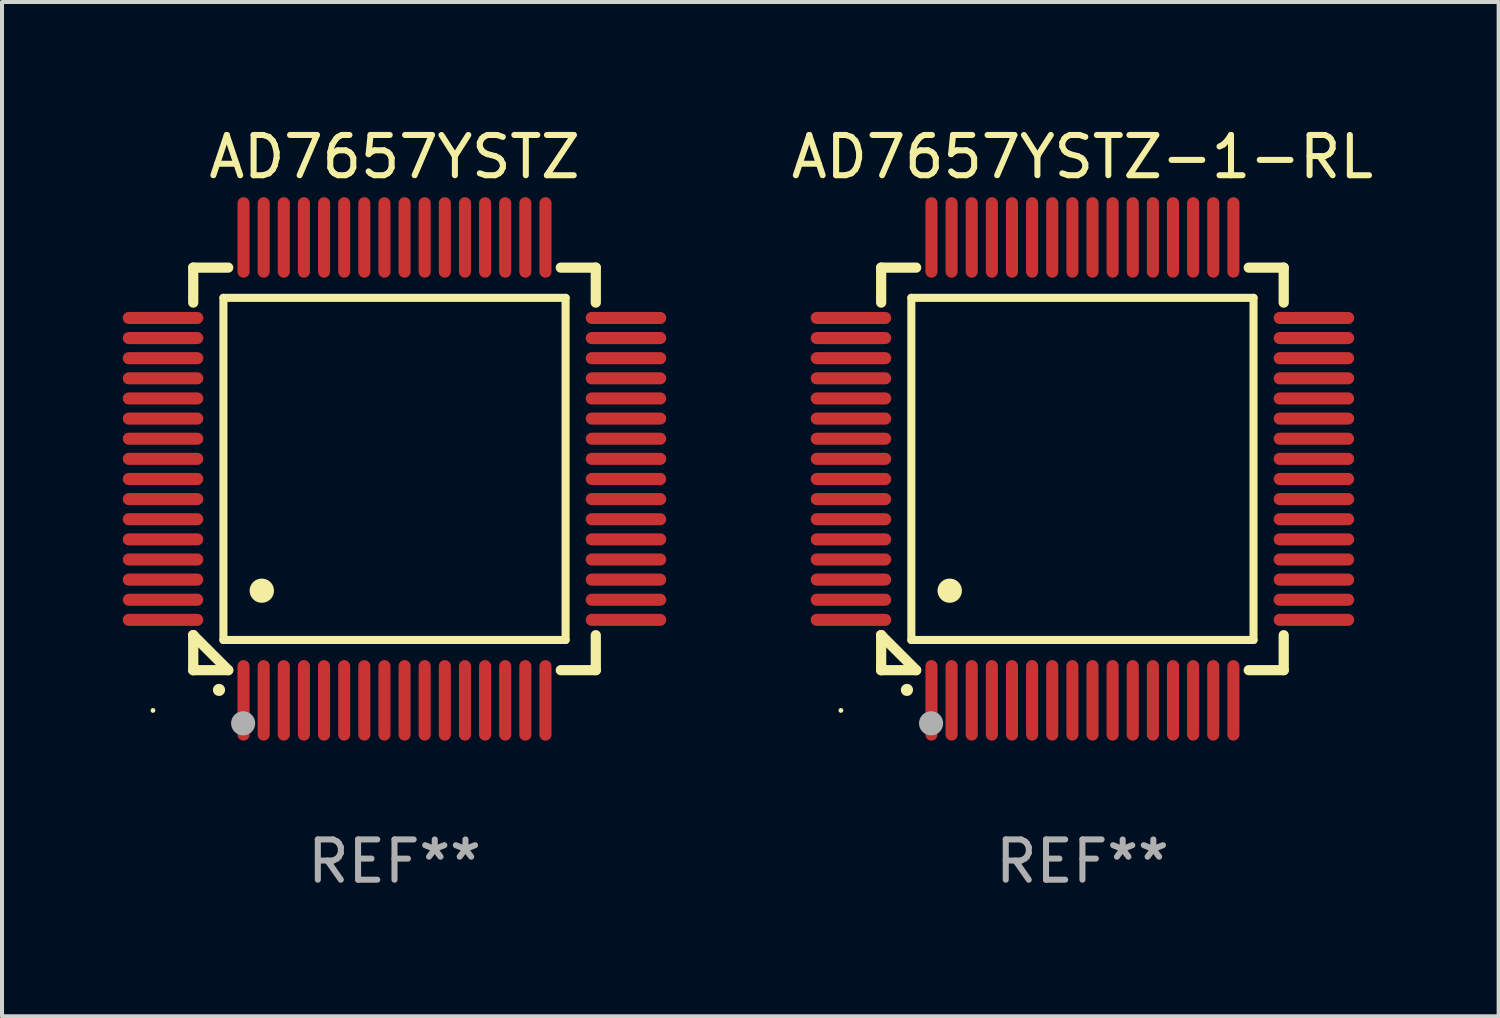
<source format=kicad_pcb>
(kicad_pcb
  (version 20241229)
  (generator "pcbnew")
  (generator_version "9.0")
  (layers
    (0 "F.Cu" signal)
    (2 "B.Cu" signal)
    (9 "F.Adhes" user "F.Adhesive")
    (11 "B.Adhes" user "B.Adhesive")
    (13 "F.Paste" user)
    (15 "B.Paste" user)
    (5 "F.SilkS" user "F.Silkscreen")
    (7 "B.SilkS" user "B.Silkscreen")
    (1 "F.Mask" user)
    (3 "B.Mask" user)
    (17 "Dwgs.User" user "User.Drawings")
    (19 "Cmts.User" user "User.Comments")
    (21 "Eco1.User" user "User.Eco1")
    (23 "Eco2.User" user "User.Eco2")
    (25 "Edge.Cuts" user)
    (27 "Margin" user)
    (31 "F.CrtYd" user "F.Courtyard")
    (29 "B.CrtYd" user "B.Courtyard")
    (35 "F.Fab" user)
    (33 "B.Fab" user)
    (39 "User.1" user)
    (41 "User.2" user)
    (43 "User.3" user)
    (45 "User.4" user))
  (footprint "AD7657YSTZ"
    (layer "F.Cu")
    (at 6.75 8.598)
    (property "Reference" "AD7657YSTZ" (at 0 -7.75 0) (layer "F.SilkS") (effects (font (size 1 1) (thickness 0.15))))
    (attr through_hole)
    (fp_line (start -5 -5) (end -4.131 -5) (stroke (width 0.254) (type solid)) (layer "F.SilkS"))
    (fp_line (start -5 -4.131) (end -5 -5) (stroke (width 0.254) (type solid)) (layer "F.SilkS"))
    (fp_line (start -5 4.131) (end -5 4.131) (stroke (width 0.254) (type solid)) (layer "F.SilkS"))
    (fp_line (start -5 5) (end -5 4.131) (stroke (width 0.254) (type solid)) (layer "F.SilkS"))
    (fp_line (start -5 4.131) (end -4.131 5) (stroke (width 0.254) (type solid)) (layer "F.SilkS"))
    (fp_line (start -4.25 -4.25) (end -4.25 4.25) (stroke (width 0.2) (type solid)) (layer "F.SilkS"))
    (fp_line (start -4.25 4.25) (end 4.25 4.25) (stroke (width 0.2) (type solid)) (layer "F.SilkS"))
    (fp_line (start -4.131 5) (end -5 5) (stroke (width 0.254) (type solid)) (layer "F.SilkS"))
    (fp_line (start 4.25 -4.25) (end -4.25 -4.25) (stroke (width 0.2) (type solid)) (layer "F.SilkS"))
    (fp_line (start 4.25 4.25) (end 4.25 -4.25) (stroke (width 0.2) (type solid)) (layer "F.SilkS"))
    (fp_line (start 5 -5) (end 4.131 -5) (stroke (width 0.254) (type solid)) (layer "F.SilkS"))
    (fp_line (start 5 -5) (end 5 -4.131) (stroke (width 0.254) (type solid)) (layer "F.SilkS"))
    (fp_line (start 5 4.131) (end 5 5) (stroke (width 0.254) (type solid)) (layer "F.SilkS"))
    (fp_line (start 5 5) (end 4.131 5) (stroke (width 0.254) (type solid)) (layer "F.SilkS"))
    (fp_arc (start -4.361265 5.489992) (mid -4.359995 5.489987) (end -4.358725 5.489992) (stroke (width 0.3) (type solid)) (layer "F.SilkS"))
    (fp_arc (start -3.299467 3.025146) (mid -3.296927 3.025135) (end -3.294387 3.025146) (stroke (width 0.6) (type solid)) (layer "F.SilkS"))
    (fp_circle (center -6 6) (end -5.97 6) (stroke (width 0.06) (type solid)) (fill no) (layer "F.SilkS"))
    (fp_circle (center -3.76 6.32) (end -3.61 6.32) (stroke (width 0.3) (type solid)) (fill no) (layer "F.Fab"))
    (fp_text user "REF**" (at 0 9.75 0) (layer "F.Fab") (effects (font (size 1 1) (thickness 0.15))))
    (pad "1" smd oval (at -3.75 5.75) (size 0.3 2) (layers "F.Cu" "F.Mask" "F.Paste"))
    (pad "2" smd oval (at -3.25 5.75) (size 0.3 2) (layers "F.Cu" "F.Mask" "F.Paste"))
    (pad "3" smd oval (at -2.75 5.75) (size 0.3 2) (layers "F.Cu" "F.Mask" "F.Paste"))
    (pad "4" smd oval (at -2.25 5.75) (size 0.3 2) (layers "F.Cu" "F.Mask" "F.Paste"))
    (pad "5" smd oval (at -1.75 5.75) (size 0.3 2) (layers "F.Cu" "F.Mask" "F.Paste"))
    (pad "6" smd oval (at -1.25 5.75) (size 0.3 2) (layers "F.Cu" "F.Mask" "F.Paste"))
    (pad "7" smd oval (at -0.75 5.75) (size 0.3 2) (layers "F.Cu" "F.Mask" "F.Paste"))
    (pad "8" smd oval (at -0.25 5.75) (size 0.3 2) (layers "F.Cu" "F.Mask" "F.Paste"))
    (pad "9" smd oval (at 0.25 5.75) (size 0.3 2) (layers "F.Cu" "F.Mask" "F.Paste"))
    (pad "10" smd oval (at 0.75 5.75) (size 0.3 2) (layers "F.Cu" "F.Mask" "F.Paste"))
    (pad "11" smd oval (at 1.25 5.75) (size 0.3 2) (layers "F.Cu" "F.Mask" "F.Paste"))
    (pad "12" smd oval (at 1.75 5.75) (size 0.3 2) (layers "F.Cu" "F.Mask" "F.Paste"))
    (pad "13" smd oval (at 2.25 5.75) (size 0.3 2) (layers "F.Cu" "F.Mask" "F.Paste"))
    (pad "14" smd oval (at 2.75 5.75) (size 0.3 2) (layers "F.Cu" "F.Mask" "F.Paste"))
    (pad "15" smd oval (at 3.25 5.75) (size 0.3 2) (layers "F.Cu" "F.Mask" "F.Paste"))
    (pad "16" smd oval (at 3.75 5.75) (size 0.3 2) (layers "F.Cu" "F.Mask" "F.Paste"))
    (pad "17" smd oval (at 5.75 3.75) (size 2 0.3) (layers "F.Cu" "F.Mask" "F.Paste"))
    (pad "18" smd oval (at 5.75 3.25) (size 2 0.3) (layers "F.Cu" "F.Mask" "F.Paste"))
    (pad "19" smd oval (at 5.75 2.75) (size 2 0.3) (layers "F.Cu" "F.Mask" "F.Paste"))
    (pad "20" smd oval (at 5.75 2.25) (size 2 0.3) (layers "F.Cu" "F.Mask" "F.Paste"))
    (pad "21" smd oval (at 5.75 1.75) (size 2 0.3) (layers "F.Cu" "F.Mask" "F.Paste"))
    (pad "22" smd oval (at 5.75 1.25) (size 2 0.3) (layers "F.Cu" "F.Mask" "F.Paste"))
    (pad "23" smd oval (at 5.75 0.75) (size 2 0.3) (layers "F.Cu" "F.Mask" "F.Paste"))
    (pad "24" smd oval (at 5.75 0.25) (size 2 0.3) (layers "F.Cu" "F.Mask" "F.Paste"))
    (pad "25" smd oval (at 5.75 -0.25) (size 2 0.3) (layers "F.Cu" "F.Mask" "F.Paste"))
    (pad "26" smd oval (at 5.75 -0.75) (size 2 0.3) (layers "F.Cu" "F.Mask" "F.Paste"))
    (pad "27" smd oval (at 5.75 -1.25) (size 2 0.3) (layers "F.Cu" "F.Mask" "F.Paste"))
    (pad "28" smd oval (at 5.75 -1.75) (size 2 0.3) (layers "F.Cu" "F.Mask" "F.Paste"))
    (pad "29" smd oval (at 5.75 -2.25) (size 2 0.3) (layers "F.Cu" "F.Mask" "F.Paste"))
    (pad "30" smd oval (at 5.75 -2.75) (size 2 0.3) (layers "F.Cu" "F.Mask" "F.Paste"))
    (pad "31" smd oval (at 5.75 -3.25) (size 2 0.3) (layers "F.Cu" "F.Mask" "F.Paste"))
    (pad "32" smd oval (at 5.75 -3.75) (size 2 0.3) (layers "F.Cu" "F.Mask" "F.Paste"))
    (pad "33" smd oval (at 3.75 -5.75) (size 0.3 2) (layers "F.Cu" "F.Mask" "F.Paste"))
    (pad "34" smd oval (at 3.25 -5.75) (size 0.3 2) (layers "F.Cu" "F.Mask" "F.Paste"))
    (pad "35" smd oval (at 2.75 -5.75) (size 0.3 2) (layers "F.Cu" "F.Mask" "F.Paste"))
    (pad "36" smd oval (at 2.25 -5.75) (size 0.3 2) (layers "F.Cu" "F.Mask" "F.Paste"))
    (pad "37" smd oval (at 1.75 -5.75) (size 0.3 2) (layers "F.Cu" "F.Mask" "F.Paste"))
    (pad "38" smd oval (at 1.25 -5.75) (size 0.3 2) (layers "F.Cu" "F.Mask" "F.Paste"))
    (pad "39" smd oval (at 0.75 -5.75) (size 0.3 2) (layers "F.Cu" "F.Mask" "F.Paste"))
    (pad "40" smd oval (at 0.25 -5.75) (size 0.3 2) (layers "F.Cu" "F.Mask" "F.Paste"))
    (pad "41" smd oval (at -0.25 -5.75) (size 0.3 2) (layers "F.Cu" "F.Mask" "F.Paste"))
    (pad "42" smd oval (at -0.75 -5.75) (size 0.3 2) (layers "F.Cu" "F.Mask" "F.Paste"))
    (pad "43" smd oval (at -1.25 -5.75) (size 0.3 2) (layers "F.Cu" "F.Mask" "F.Paste"))
    (pad "44" smd oval (at -1.75 -5.75) (size 0.3 2) (layers "F.Cu" "F.Mask" "F.Paste"))
    (pad "45" smd oval (at -2.25 -5.75) (size 0.3 2) (layers "F.Cu" "F.Mask" "F.Paste"))
    (pad "46" smd oval (at -2.75 -5.75) (size 0.3 2) (layers "F.Cu" "F.Mask" "F.Paste"))
    (pad "47" smd oval (at -3.25 -5.75) (size 0.3 2) (layers "F.Cu" "F.Mask" "F.Paste"))
    (pad "48" smd oval (at -3.75 -5.75) (size 0.3 2) (layers "F.Cu" "F.Mask" "F.Paste"))
    (pad "49" smd oval (at -5.75 -3.75) (size 2 0.3) (layers "F.Cu" "F.Mask" "F.Paste"))
    (pad "50" smd oval (at -5.75 -3.25) (size 2 0.3) (layers "F.Cu" "F.Mask" "F.Paste"))
    (pad "51" smd oval (at -5.75 -2.75) (size 2 0.3) (layers "F.Cu" "F.Mask" "F.Paste"))
    (pad "52" smd oval (at -5.75 -2.25) (size 2 0.3) (layers "F.Cu" "F.Mask" "F.Paste"))
    (pad "53" smd oval (at -5.75 -1.75) (size 2 0.3) (layers "F.Cu" "F.Mask" "F.Paste"))
    (pad "54" smd oval (at -5.75 -1.25) (size 2 0.3) (layers "F.Cu" "F.Mask" "F.Paste"))
    (pad "55" smd oval (at -5.75 -0.75) (size 2 0.3) (layers "F.Cu" "F.Mask" "F.Paste"))
    (pad "56" smd oval (at -5.75 -0.25) (size 2 0.3) (layers "F.Cu" "F.Mask" "F.Paste"))
    (pad "57" smd oval (at -5.75 0.25) (size 2 0.3) (layers "F.Cu" "F.Mask" "F.Paste"))
    (pad "58" smd oval (at -5.75 0.75) (size 2 0.3) (layers "F.Cu" "F.Mask" "F.Paste"))
    (pad "59" smd oval (at -5.75 1.25) (size 2 0.3) (layers "F.Cu" "F.Mask" "F.Paste"))
    (pad "60" smd oval (at -5.75 1.75) (size 2 0.3) (layers "F.Cu" "F.Mask" "F.Paste"))
    (pad "61" smd oval (at -5.75 2.25) (size 2 0.3) (layers "F.Cu" "F.Mask" "F.Paste"))
    (pad "62" smd oval (at -5.75 2.75) (size 2 0.3) (layers "F.Cu" "F.Mask" "F.Paste"))
    (pad "63" smd oval (at -5.75 3.25) (size 2 0.3) (layers "F.Cu" "F.Mask" "F.Paste"))
    (pad "64" smd oval (at -5.75 3.75) (size 2 0.3) (layers "F.Cu" "F.Mask" "F.Paste")))
  (footprint "AD7657YSTZ-1-RL"
    (layer "F.Cu")
    (at 23.839 8.598)
    (property "Reference" "AD7657YSTZ-1-RL" (at 0 -7.75 0) (layer "F.SilkS") (effects (font (size 1 1) (thickness 0.15))))
    (attr through_hole)
    (fp_line (start -5 -5) (end -4.131 -5) (stroke (width 0.254) (type solid)) (layer "F.SilkS"))
    (fp_line (start -5 -4.131) (end -5 -5) (stroke (width 0.254) (type solid)) (layer "F.SilkS"))
    (fp_line (start -5 4.131) (end -5 4.131) (stroke (width 0.254) (type solid)) (layer "F.SilkS"))
    (fp_line (start -5 5) (end -5 4.131) (stroke (width 0.254) (type solid)) (layer "F.SilkS"))
    (fp_line (start -5 4.131) (end -4.131 5) (stroke (width 0.254) (type solid)) (layer "F.SilkS"))
    (fp_line (start -4.25 -4.25) (end -4.25 4.25) (stroke (width 0.2) (type solid)) (layer "F.SilkS"))
    (fp_line (start -4.25 4.25) (end 4.25 4.25) (stroke (width 0.2) (type solid)) (layer "F.SilkS"))
    (fp_line (start -4.131 5) (end -5 5) (stroke (width 0.254) (type solid)) (layer "F.SilkS"))
    (fp_line (start 4.25 -4.25) (end -4.25 -4.25) (stroke (width 0.2) (type solid)) (layer "F.SilkS"))
    (fp_line (start 4.25 4.25) (end 4.25 -4.25) (stroke (width 0.2) (type solid)) (layer "F.SilkS"))
    (fp_line (start 5 -5) (end 4.131 -5) (stroke (width 0.254) (type solid)) (layer "F.SilkS"))
    (fp_line (start 5 -5) (end 5 -4.131) (stroke (width 0.254) (type solid)) (layer "F.SilkS"))
    (fp_line (start 5 4.131) (end 5 5) (stroke (width 0.254) (type solid)) (layer "F.SilkS"))
    (fp_line (start 5 5) (end 4.131 5) (stroke (width 0.254) (type solid)) (layer "F.SilkS"))
    (fp_arc (start -4.361265 5.489992) (mid -4.359995 5.489987) (end -4.358725 5.489992) (stroke (width 0.3) (type solid)) (layer "F.SilkS"))
    (fp_arc (start -3.299467 3.025146) (mid -3.296927 3.025135) (end -3.294387 3.025146) (stroke (width 0.6) (type solid)) (layer "F.SilkS"))
    (fp_circle (center -6 6) (end -5.97 6) (stroke (width 0.06) (type solid)) (fill no) (layer "F.SilkS"))
    (fp_circle (center -3.76 6.32) (end -3.61 6.32) (stroke (width 0.3) (type solid)) (fill no) (layer "F.Fab"))
    (fp_text user "REF**" (at 0 9.75 0) (layer "F.Fab") (effects (font (size 1 1) (thickness 0.15))))
    (pad "1" smd oval (at -3.75 5.75) (size 0.3 2) (layers "F.Cu" "F.Mask" "F.Paste"))
    (pad "2" smd oval (at -3.25 5.75) (size 0.3 2) (layers "F.Cu" "F.Mask" "F.Paste"))
    (pad "3" smd oval (at -2.75 5.75) (size 0.3 2) (layers "F.Cu" "F.Mask" "F.Paste"))
    (pad "4" smd oval (at -2.25 5.75) (size 0.3 2) (layers "F.Cu" "F.Mask" "F.Paste"))
    (pad "5" smd oval (at -1.75 5.75) (size 0.3 2) (layers "F.Cu" "F.Mask" "F.Paste"))
    (pad "6" smd oval (at -1.25 5.75) (size 0.3 2) (layers "F.Cu" "F.Mask" "F.Paste"))
    (pad "7" smd oval (at -0.75 5.75) (size 0.3 2) (layers "F.Cu" "F.Mask" "F.Paste"))
    (pad "8" smd oval (at -0.25 5.75) (size 0.3 2) (layers "F.Cu" "F.Mask" "F.Paste"))
    (pad "9" smd oval (at 0.25 5.75) (size 0.3 2) (layers "F.Cu" "F.Mask" "F.Paste"))
    (pad "10" smd oval (at 0.75 5.75) (size 0.3 2) (layers "F.Cu" "F.Mask" "F.Paste"))
    (pad "11" smd oval (at 1.25 5.75) (size 0.3 2) (layers "F.Cu" "F.Mask" "F.Paste"))
    (pad "12" smd oval (at 1.75 5.75) (size 0.3 2) (layers "F.Cu" "F.Mask" "F.Paste"))
    (pad "13" smd oval (at 2.25 5.75) (size 0.3 2) (layers "F.Cu" "F.Mask" "F.Paste"))
    (pad "14" smd oval (at 2.75 5.75) (size 0.3 2) (layers "F.Cu" "F.Mask" "F.Paste"))
    (pad "15" smd oval (at 3.25 5.75) (size 0.3 2) (layers "F.Cu" "F.Mask" "F.Paste"))
    (pad "16" smd oval (at 3.75 5.75) (size 0.3 2) (layers "F.Cu" "F.Mask" "F.Paste"))
    (pad "17" smd oval (at 5.75 3.75) (size 2 0.3) (layers "F.Cu" "F.Mask" "F.Paste"))
    (pad "18" smd oval (at 5.75 3.25) (size 2 0.3) (layers "F.Cu" "F.Mask" "F.Paste"))
    (pad "19" smd oval (at 5.75 2.75) (size 2 0.3) (layers "F.Cu" "F.Mask" "F.Paste"))
    (pad "20" smd oval (at 5.75 2.25) (size 2 0.3) (layers "F.Cu" "F.Mask" "F.Paste"))
    (pad "21" smd oval (at 5.75 1.75) (size 2 0.3) (layers "F.Cu" "F.Mask" "F.Paste"))
    (pad "22" smd oval (at 5.75 1.25) (size 2 0.3) (layers "F.Cu" "F.Mask" "F.Paste"))
    (pad "23" smd oval (at 5.75 0.75) (size 2 0.3) (layers "F.Cu" "F.Mask" "F.Paste"))
    (pad "24" smd oval (at 5.75 0.25) (size 2 0.3) (layers "F.Cu" "F.Mask" "F.Paste"))
    (pad "25" smd oval (at 5.75 -0.25) (size 2 0.3) (layers "F.Cu" "F.Mask" "F.Paste"))
    (pad "26" smd oval (at 5.75 -0.75) (size 2 0.3) (layers "F.Cu" "F.Mask" "F.Paste"))
    (pad "27" smd oval (at 5.75 -1.25) (size 2 0.3) (layers "F.Cu" "F.Mask" "F.Paste"))
    (pad "28" smd oval (at 5.75 -1.75) (size 2 0.3) (layers "F.Cu" "F.Mask" "F.Paste"))
    (pad "29" smd oval (at 5.75 -2.25) (size 2 0.3) (layers "F.Cu" "F.Mask" "F.Paste"))
    (pad "30" smd oval (at 5.75 -2.75) (size 2 0.3) (layers "F.Cu" "F.Mask" "F.Paste"))
    (pad "31" smd oval (at 5.75 -3.25) (size 2 0.3) (layers "F.Cu" "F.Mask" "F.Paste"))
    (pad "32" smd oval (at 5.75 -3.75) (size 2 0.3) (layers "F.Cu" "F.Mask" "F.Paste"))
    (pad "33" smd oval (at 3.75 -5.75) (size 0.3 2) (layers "F.Cu" "F.Mask" "F.Paste"))
    (pad "34" smd oval (at 3.25 -5.75) (size 0.3 2) (layers "F.Cu" "F.Mask" "F.Paste"))
    (pad "35" smd oval (at 2.75 -5.75) (size 0.3 2) (layers "F.Cu" "F.Mask" "F.Paste"))
    (pad "36" smd oval (at 2.25 -5.75) (size 0.3 2) (layers "F.Cu" "F.Mask" "F.Paste"))
    (pad "37" smd oval (at 1.75 -5.75) (size 0.3 2) (layers "F.Cu" "F.Mask" "F.Paste"))
    (pad "38" smd oval (at 1.25 -5.75) (size 0.3 2) (layers "F.Cu" "F.Mask" "F.Paste"))
    (pad "39" smd oval (at 0.75 -5.75) (size 0.3 2) (layers "F.Cu" "F.Mask" "F.Paste"))
    (pad "40" smd oval (at 0.25 -5.75) (size 0.3 2) (layers "F.Cu" "F.Mask" "F.Paste"))
    (pad "41" smd oval (at -0.25 -5.75) (size 0.3 2) (layers "F.Cu" "F.Mask" "F.Paste"))
    (pad "42" smd oval (at -0.75 -5.75) (size 0.3 2) (layers "F.Cu" "F.Mask" "F.Paste"))
    (pad "43" smd oval (at -1.25 -5.75) (size 0.3 2) (layers "F.Cu" "F.Mask" "F.Paste"))
    (pad "44" smd oval (at -1.75 -5.75) (size 0.3 2) (layers "F.Cu" "F.Mask" "F.Paste"))
    (pad "45" smd oval (at -2.25 -5.75) (size 0.3 2) (layers "F.Cu" "F.Mask" "F.Paste"))
    (pad "46" smd oval (at -2.75 -5.75) (size 0.3 2) (layers "F.Cu" "F.Mask" "F.Paste"))
    (pad "47" smd oval (at -3.25 -5.75) (size 0.3 2) (layers "F.Cu" "F.Mask" "F.Paste"))
    (pad "48" smd oval (at -3.75 -5.75) (size 0.3 2) (layers "F.Cu" "F.Mask" "F.Paste"))
    (pad "49" smd oval (at -5.75 -3.75) (size 2 0.3) (layers "F.Cu" "F.Mask" "F.Paste"))
    (pad "50" smd oval (at -5.75 -3.25) (size 2 0.3) (layers "F.Cu" "F.Mask" "F.Paste"))
    (pad "51" smd oval (at -5.75 -2.75) (size 2 0.3) (layers "F.Cu" "F.Mask" "F.Paste"))
    (pad "52" smd oval (at -5.75 -2.25) (size 2 0.3) (layers "F.Cu" "F.Mask" "F.Paste"))
    (pad "53" smd oval (at -5.75 -1.75) (size 2 0.3) (layers "F.Cu" "F.Mask" "F.Paste"))
    (pad "54" smd oval (at -5.75 -1.25) (size 2 0.3) (layers "F.Cu" "F.Mask" "F.Paste"))
    (pad "55" smd oval (at -5.75 -0.75) (size 2 0.3) (layers "F.Cu" "F.Mask" "F.Paste"))
    (pad "56" smd oval (at -5.75 -0.25) (size 2 0.3) (layers "F.Cu" "F.Mask" "F.Paste"))
    (pad "57" smd oval (at -5.75 0.25) (size 2 0.3) (layers "F.Cu" "F.Mask" "F.Paste"))
    (pad "58" smd oval (at -5.75 0.75) (size 2 0.3) (layers "F.Cu" "F.Mask" "F.Paste"))
    (pad "59" smd oval (at -5.75 1.25) (size 2 0.3) (layers "F.Cu" "F.Mask" "F.Paste"))
    (pad "60" smd oval (at -5.75 1.75) (size 2 0.3) (layers "F.Cu" "F.Mask" "F.Paste"))
    (pad "61" smd oval (at -5.75 2.25) (size 2 0.3) (layers "F.Cu" "F.Mask" "F.Paste"))
    (pad "62" smd oval (at -5.75 2.75) (size 2 0.3) (layers "F.Cu" "F.Mask" "F.Paste"))
    (pad "63" smd oval (at -5.75 3.25) (size 2 0.3) (layers "F.Cu" "F.Mask" "F.Paste"))
    (pad "64" smd oval (at -5.75 3.75) (size 2 0.3) (layers "F.Cu" "F.Mask" "F.Paste")))
  (gr_rect
    (start -3 -3)
    (end 34.178 22.196)
    (stroke (width 0.1) (type default))
    (fill no)
    (layer "Edge.Cuts")))
</source>
